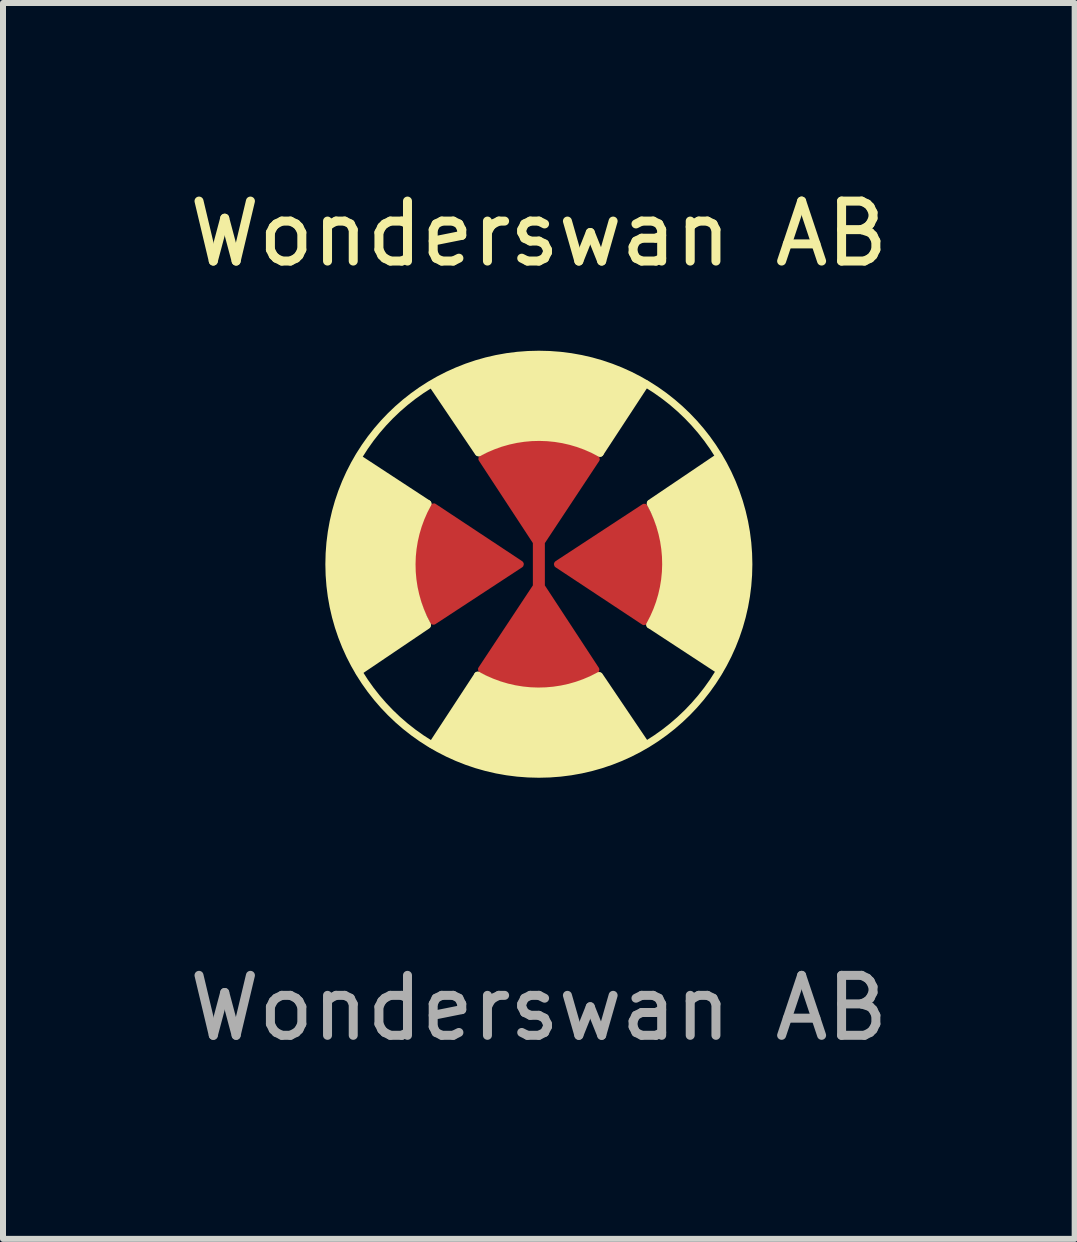
<source format=kicad_pcb>
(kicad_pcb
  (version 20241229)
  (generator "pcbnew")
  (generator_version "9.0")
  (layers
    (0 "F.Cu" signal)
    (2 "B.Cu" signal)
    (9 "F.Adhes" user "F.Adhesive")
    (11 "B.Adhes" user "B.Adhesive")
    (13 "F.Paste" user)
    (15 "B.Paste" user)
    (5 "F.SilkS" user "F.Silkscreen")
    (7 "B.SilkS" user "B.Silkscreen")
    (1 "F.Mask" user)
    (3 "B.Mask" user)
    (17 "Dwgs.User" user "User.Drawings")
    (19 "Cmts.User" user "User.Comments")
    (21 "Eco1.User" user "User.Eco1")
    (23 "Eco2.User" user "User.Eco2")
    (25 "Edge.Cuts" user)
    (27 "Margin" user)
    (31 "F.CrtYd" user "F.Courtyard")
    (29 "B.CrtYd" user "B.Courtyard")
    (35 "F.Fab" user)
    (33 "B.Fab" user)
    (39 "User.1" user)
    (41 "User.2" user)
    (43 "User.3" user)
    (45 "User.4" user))
  (footprint "Wonderswan AB"
    (layer "F.Cu")
    (at 5.935 6.358)
    (property "Reference" "Wonderswan AB" (at 0 -5.51 0) (unlocked yes) (layer "F.SilkS") (effects (font (size 1 1) (thickness 0.15))))
    (attr smd)
    (fp_line (start -1.86 1.02) (end -3 1.79) (stroke (width 0.12) (type solid)) (layer "F.SilkS"))
    (fp_line (start -1.854 -1.013) (end -3.01 -1.77) (stroke (width 0.12) (type solid)) (layer "F.SilkS"))
    (fp_line (start -1.023 1.854) (end -1.78 3.01) (stroke (width 0.12) (type solid)) (layer "F.SilkS"))
    (fp_line (start -1.01 -1.86) (end -1.78 -3) (stroke (width 0.12) (type solid)) (layer "F.SilkS"))
    (fp_line (start 1.01 1.86) (end 1.78 3) (stroke (width 0.12) (type solid)) (layer "F.SilkS"))
    (fp_line (start 1.023 -1.854) (end 1.78 -3.01) (stroke (width 0.12) (type solid)) (layer "F.SilkS"))
    (fp_line (start 1.854 1.013) (end 3.01 1.77) (stroke (width 0.12) (type solid)) (layer "F.SilkS"))
    (fp_line (start 1.86 -1.02) (end 3 -1.79) (stroke (width 0.12) (type solid)) (layer "F.SilkS"))
    (fp_arc (start -1.86 1.01) (mid -2.116204 -0.001293) (end -1.85 -1.01) (stroke (width 0.12) (type solid)) (layer "F.SilkS"))
    (fp_arc (start -1 -1.86) (mid 0.011293 -2.116204) (end 1.02 -1.85) (stroke (width 0.12) (type solid)) (layer "F.SilkS"))
    (fp_arc (start 1 1.86) (mid -0.011293 2.116204) (end -1.02 1.85) (stroke (width 0.12) (type solid)) (layer "F.SilkS"))
    (fp_arc (start 1.86 -1.01) (mid 2.116204 0.001293) (end 1.85 1.01) (stroke (width 0.12) (type solid)) (layer "F.SilkS"))
    (fp_circle (center 0 0) (end 3.5 0) (stroke (width 0.12) (type solid)) (fill no) (layer "F.SilkS"))
    (fp_poly (pts (xy -3.189 1.419) (xy -3.309 1.119) (xy -3.479 0.499) (xy -3.489 -0.311) (xy -3.339 -1.101) (xy -3.029 -1.781) (xy -1.901 -1.046) (xy -2.106 -0.568) (xy -2.173 0.11) (xy -2.063 0.612) (xy -1.899 1.009) (xy -3.019 1.759)) (stroke (width 0.05) (type solid)) (fill yes) (layer "F.SilkS"))
    (fp_poly (pts (xy -1.439 -3.189) (xy -1.139 -3.309) (xy -0.519 -3.479) (xy 0.291 -3.489) (xy 1.081 -3.339) (xy 1.761 -3.029) (xy 1.026 -1.901) (xy 0.548 -2.106) (xy -0.13 -2.173) (xy -0.632 -2.063) (xy -1.029 -1.899) (xy -1.779 -3.019)) (stroke (width 0.05) (type solid)) (fill yes) (layer "F.SilkS"))
    (fp_poly (pts (xy 1.419 3.159) (xy 1.119 3.279) (xy 0.499 3.449) (xy -0.311 3.459) (xy -1.101 3.309) (xy -1.781 2.999) (xy -1.046 1.871) (xy -0.568 2.076) (xy 0.11 2.143) (xy 0.612 2.033) (xy 1.009 1.869) (xy 1.759 2.989)) (stroke (width 0.05) (type solid)) (fill yes) (layer "F.SilkS"))
    (fp_poly (pts (xy 3.16 -1.44) (xy 3.28 -1.14) (xy 3.45 -0.52) (xy 3.46 0.29) (xy 3.31 1.08) (xy 3 1.76) (xy 1.872 1.025) (xy 2.077 0.547) (xy 2.144 -0.131) (xy 2.034 -0.633) (xy 1.87 -1.03) (xy 2.99 -1.78)) (stroke (width 0.05) (type solid)) (fill yes) (layer "F.SilkS"))
    (fp_text user "${REFERENCE}" (at 0 7.4 0) (unlocked yes) (layer "F.Fab") (effects (font (size 1 1) (thickness 0.15))))
    (pad "1" smd custom (at -0.46 -1.65) (size 0.5 0.5) (layers "F.Cu" "F.Mask" "F.Paste") (options (anchor circle)) (primitives (gr_poly (pts (xy 0.173 -0.24) (xy 0.213 -0.213) (xy 0.24 -0.173) (xy 0.25 -0.125) (xy 0.25 0.125) (xy 0.24 0.173) (xy 0.213 0.213) (xy 0.173 0.24) (xy 0.125 0.25) (xy -0.125 0.25) (xy -0.173 0.24) (xy -0.213 0.213) (xy -0.24 0.173) (xy -0.25 0.125) (xy -0.25 -0.125) (xy -0.24 -0.173) (xy -0.213 -0.213) (xy -0.173 -0.24) (xy -0.125 -0.25) (xy 0.125 -0.25)) (width 0) (fill yes)) (gr_poly (pts (xy 1.03 -0.28) (xy 1.41 -0.1) (xy 0.46 1.31) (xy -0.49 -0.13) (xy -0.17 -0.27) (xy 0.2 -0.36) (xy 0.56 -0.37)) (width 0.05) (fill yes)) (gr_line (start 0.46 1.2) (end 0.46 2.13) (width 0.2)) (gr_poly (pts (xy 1.41 3.43) (xy 1.09 3.57) (xy 0.72 3.66) (xy 0.36 3.67) (xy -0.11 3.58) (xy -0.49 3.4) (xy 0.46 1.99)) (width 0.05) (fill yes)) (gr_arc (start 1.41 3.409999) (mid 0.457666 3.663596) (end -0.494101 3.407881) (width 0.12)) (gr_line (start 0.46 1.96) (end -0.497 3.406) (width 0.12)) (gr_line (start 0.46 1.96) (end 1.41 3.41) (width 0.12)) (gr_line (start 0.46 1.34) (end 1.417 -0.106) (width 0.12)) (gr_line (start 0.46 1.34) (end -0.49 -0.11) (width 0.12)) (gr_arc (start -0.49 -0.109999) (mid 0.462334 -0.363596) (end 1.414101 -0.107881) (width 0.12))))
    (pad "2" smd custom (at -1.62 -0.19) (size 0.5 0.5) (layers "F.Cu" "F.Mask" "F.Paste") (options (anchor circle)) (primitives (gr_poly (pts (xy 0.173 -0.24) (xy 0.213 -0.213) (xy 0.24 -0.173) (xy 0.25 -0.125) (xy 0.25 0.125) (xy 0.24 0.173) (xy 0.213 0.213) (xy 0.173 0.24) (xy 0.125 0.25) (xy -0.125 0.25) (xy -0.173 0.24) (xy -0.213 0.213) (xy -0.24 0.173) (xy -0.25 0.125) (xy -0.25 -0.125) (xy -0.24 -0.173) (xy -0.213 -0.213) (xy -0.173 -0.24) (xy -0.125 -0.25) (xy 0.125 -0.25)) (width 0) (fill yes)) (gr_poly (pts (xy 1.28 0.19) (xy -0.16 1.14) (xy -0.3 0.82) (xy -0.39 0.45) (xy -0.4 0.09) (xy -0.31 -0.38) (xy -0.13 -0.76)) (width 0.05) (fill yes)) (gr_line (start 1.31 0.19) (end -0.14 1.14) (width 0.12)) (gr_line (start 1.31 0.19) (end -0.136 -0.767) (width 0.12)) (gr_arc (start -0.14022 1.139933) (mid -0.393817 0.187599) (end -0.138102 -0.764168) (width 0.12))))
    (pad "3" smd custom (at 1.63 -0.34) (size 0.5 0.5) (layers "F.Cu" "F.Mask" "F.Paste") (options (anchor circle)) (primitives (gr_poly (pts (xy 0.173 -0.24) (xy 0.213 -0.213) (xy 0.24 -0.173) (xy 0.25 -0.125) (xy 0.25 0.125) (xy 0.24 0.173) (xy 0.213 0.213) (xy 0.173 0.24) (xy 0.125 0.25) (xy -0.125 0.25) (xy -0.173 0.24) (xy -0.213 0.213) (xy -0.24 0.173) (xy -0.25 0.125) (xy -0.25 -0.125) (xy -0.24 -0.173) (xy -0.213 -0.213) (xy -0.173 -0.24) (xy -0.125 -0.25) (xy 0.125 -0.25)) (width 0) (fill yes)) (gr_poly (pts (xy 0.29 -0.29) (xy 0.38 0.08) (xy 0.39 0.44) (xy 0.3 0.91) (xy 0.12 1.29) (xy -1.29 0.34) (xy 0.15 -0.61)) (width 0.05) (fill yes)) (gr_line (start -1.32 0.34) (end 0.127 1.297) (width 0.12)) (gr_line (start -1.32 0.34) (end 0.13 -0.61) (width 0.12)) (gr_arc (start 0.130387 -0.610212) (mid 0.383984 0.342122) (end 0.128269 1.293889) (width 0.12)))))
  (gr_rect
    (start -3 -3)
    (end 14.869 17.607)
    (stroke (width 0.1) (type default))
    (fill no)
    (layer "Edge.Cuts")))
</source>
